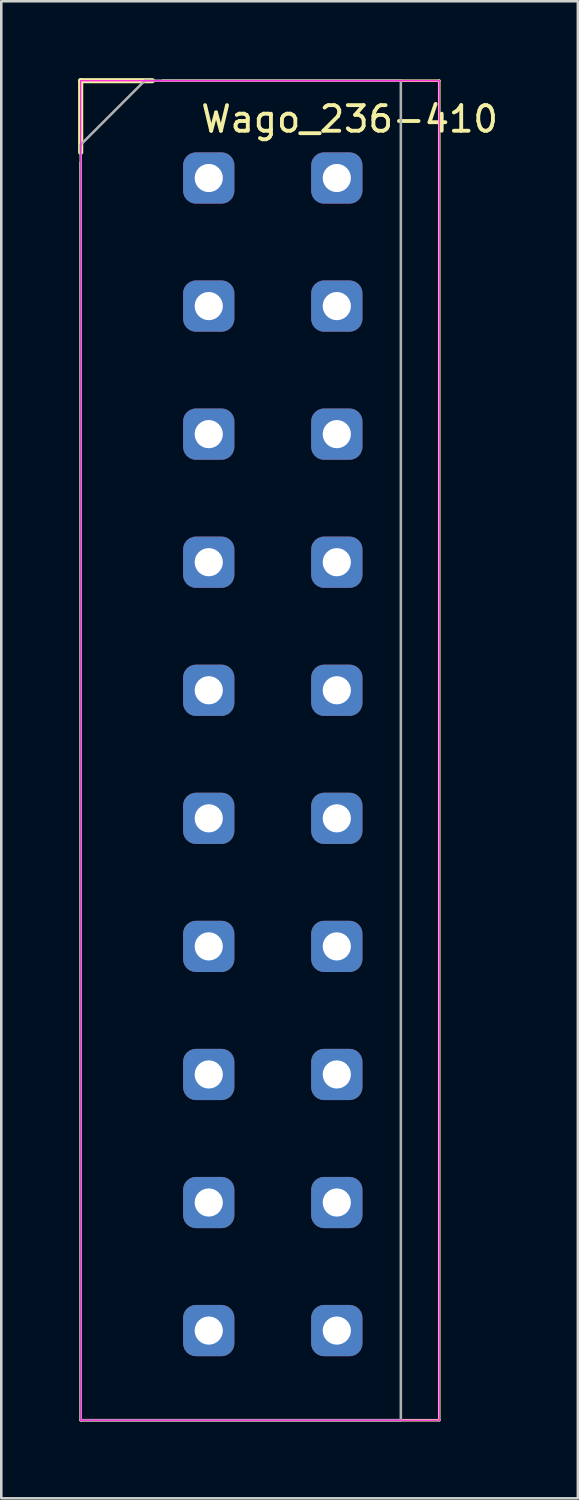
<source format=kicad_pcb>
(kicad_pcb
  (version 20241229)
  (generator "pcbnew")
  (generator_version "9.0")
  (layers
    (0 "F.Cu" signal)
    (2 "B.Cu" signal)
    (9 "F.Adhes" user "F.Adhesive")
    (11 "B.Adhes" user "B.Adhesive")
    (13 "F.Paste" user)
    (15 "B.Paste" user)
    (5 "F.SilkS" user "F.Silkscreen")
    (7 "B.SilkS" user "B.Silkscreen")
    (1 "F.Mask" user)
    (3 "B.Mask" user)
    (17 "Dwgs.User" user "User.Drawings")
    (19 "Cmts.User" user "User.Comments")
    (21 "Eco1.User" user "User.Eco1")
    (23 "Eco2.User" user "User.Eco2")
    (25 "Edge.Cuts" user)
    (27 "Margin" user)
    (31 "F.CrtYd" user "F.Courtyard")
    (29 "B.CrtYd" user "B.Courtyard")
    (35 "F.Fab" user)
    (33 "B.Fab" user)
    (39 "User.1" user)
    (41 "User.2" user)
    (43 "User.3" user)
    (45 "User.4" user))
  (footprint "Wago_236-410"
    (layer "F.Cu")
    (at 7.6 3.9)
    (property "Reference" "Wago_236-410" (at 3 -2.3 180) (layer "F.SilkS") (effects (font (size 1 1) (thickness 0.15))))
    (attr through_hole)
    (fp_line (start -7.5 -3.8) (end -7.5 -1) (stroke (width 0.2) (type solid)) (layer "F.SilkS"))
    (fp_line (start -7.5 -3.8) (end -4.7 -3.8) (stroke (width 0.2) (type solid)) (layer "F.SilkS"))
    (fp_line (start -7.5 48.5) (end -7.5 -0.6) (stroke (width 0.1) (type solid)) (layer "F.SilkS"))
    (fp_line (start -4.3 -3.8) (end 6.5 -3.8) (stroke (width 0.1) (type solid)) (layer "F.SilkS"))
    (fp_line (start 6.5 -3.8) (end 6.5 48.5) (stroke (width 0.1) (type solid)) (layer "F.SilkS"))
    (fp_line (start 6.5 48.5) (end -7.5 48.5) (stroke (width 0.1) (type solid)) (layer "F.SilkS"))
    (fp_line (start -7.5 -3.8) (end 6.5 -3.8) (stroke (width 0.05) (type solid)) (layer "F.CrtYd"))
    (fp_line (start -7.5 48.5) (end -7.5 -3.8) (stroke (width 0.05) (type solid)) (layer "F.CrtYd"))
    (fp_line (start 6.5 -3.8) (end 6.5 48.5) (stroke (width 0.05) (type solid)) (layer "F.CrtYd"))
    (fp_line (start 6.5 48.5) (end -7.5 48.5) (stroke (width 0.05) (type solid)) (layer "F.CrtYd"))
    (fp_line (start -7.5 -1.3) (end -5 -3.8) (stroke (width 0.1) (type solid)) (layer "F.Fab"))
    (fp_line (start -7.5 48.5) (end -7.5 -1.3) (stroke (width 0.1) (type solid)) (layer "F.Fab"))
    (fp_line (start -5 -3.8) (end 5 -3.8) (stroke (width 0.1) (type solid)) (layer "F.Fab"))
    (fp_line (start 5 -3.8) (end 5 48.5) (stroke (width 0.1) (type solid)) (layer "F.Fab"))
    (fp_line (start 5 48.5) (end -7.5 48.5) (stroke (width 0.1) (type solid)) (layer "F.Fab"))
    (pad "1" thru_hole roundrect (at -2.5 0) (size 2 2) (drill 1.1) (layers "*.Cu" "*.Mask") (roundrect_rratio 0.25))
    (pad "1" thru_hole roundrect (at 2.5 0) (size 2 2) (drill 1.1) (layers "*.Cu" "*.Mask") (roundrect_rratio 0.25))
    (pad "2" thru_hole roundrect (at -2.5 5) (size 2 2) (drill 1.1) (layers "*.Cu" "*.Mask") (roundrect_rratio 0.25))
    (pad "2" thru_hole roundrect (at 2.5 5) (size 2 2) (drill 1.1) (layers "*.Cu" "*.Mask") (roundrect_rratio 0.25))
    (pad "3" thru_hole roundrect (at -2.5 10) (size 2 2) (drill 1.1) (layers "*.Cu" "*.Mask") (roundrect_rratio 0.25))
    (pad "3" thru_hole roundrect (at 2.5 10) (size 2 2) (drill 1.1) (layers "*.Cu" "*.Mask") (roundrect_rratio 0.25))
    (pad "4" thru_hole roundrect (at -2.5 15) (size 2 2) (drill 1.1) (layers "*.Cu" "*.Mask") (roundrect_rratio 0.25))
    (pad "4" thru_hole roundrect (at 2.5 15) (size 2 2) (drill 1.1) (layers "*.Cu" "*.Mask") (roundrect_rratio 0.25))
    (pad "5" thru_hole roundrect (at -2.5 20) (size 2 2) (drill 1.1) (layers "*.Cu" "*.Mask") (roundrect_rratio 0.25))
    (pad "5" thru_hole roundrect (at 2.5 20) (size 2 2) (drill 1.1) (layers "*.Cu" "*.Mask") (roundrect_rratio 0.25))
    (pad "6" thru_hole roundrect (at -2.5 25) (size 2 2) (drill 1.1) (layers "*.Cu" "*.Mask") (roundrect_rratio 0.25))
    (pad "6" thru_hole roundrect (at 2.5 25) (size 2 2) (drill 1.1) (layers "*.Cu" "*.Mask") (roundrect_rratio 0.25))
    (pad "7" thru_hole roundrect (at -2.5 30) (size 2 2) (drill 1.1) (layers "*.Cu" "*.Mask") (roundrect_rratio 0.25))
    (pad "7" thru_hole roundrect (at 2.5 30) (size 2 2) (drill 1.1) (layers "*.Cu" "*.Mask") (roundrect_rratio 0.25))
    (pad "8" thru_hole roundrect (at -2.5 35) (size 2 2) (drill 1.1) (layers "*.Cu" "*.Mask") (roundrect_rratio 0.25))
    (pad "8" thru_hole roundrect (at 2.5 35) (size 2 2) (drill 1.1) (layers "*.Cu" "*.Mask") (roundrect_rratio 0.25))
    (pad "9" thru_hole roundrect (at -2.5 40) (size 2 2) (drill 1.1) (layers "*.Cu" "*.Mask") (roundrect_rratio 0.25))
    (pad "9" thru_hole roundrect (at 2.5 40) (size 2 2) (drill 1.1) (layers "*.Cu" "*.Mask") (roundrect_rratio 0.25))
    (pad "10" thru_hole roundrect (at -2.5 45) (size 2 2) (drill 1.1) (layers "*.Cu" "*.Mask") (roundrect_rratio 0.25))
    (pad "10" thru_hole roundrect (at 2.5 45) (size 2 2) (drill 1.1) (layers "*.Cu" "*.Mask") (roundrect_rratio 0.25)))
  (gr_rect
    (start -3 -3)
    (end 19.511 55.45)
    (stroke (width 0.1) (type default))
    (fill no)
    (layer "Edge.Cuts")))
</source>
